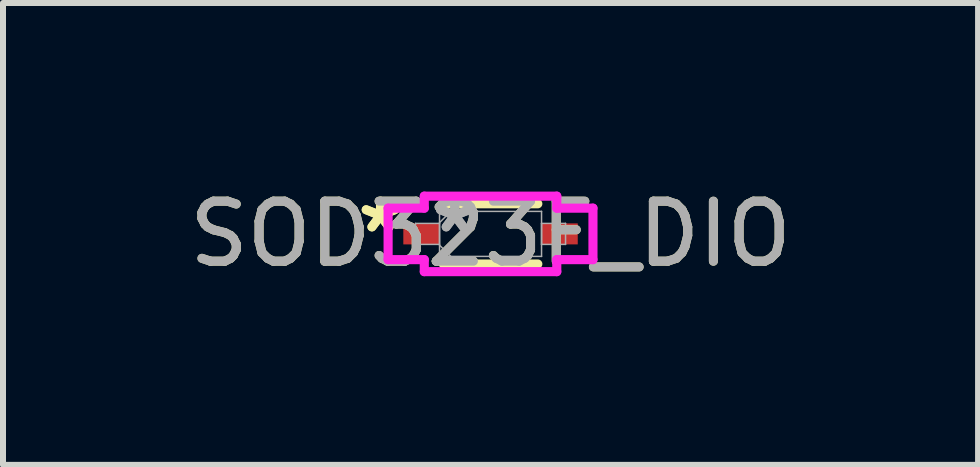
<source format=kicad_pcb>
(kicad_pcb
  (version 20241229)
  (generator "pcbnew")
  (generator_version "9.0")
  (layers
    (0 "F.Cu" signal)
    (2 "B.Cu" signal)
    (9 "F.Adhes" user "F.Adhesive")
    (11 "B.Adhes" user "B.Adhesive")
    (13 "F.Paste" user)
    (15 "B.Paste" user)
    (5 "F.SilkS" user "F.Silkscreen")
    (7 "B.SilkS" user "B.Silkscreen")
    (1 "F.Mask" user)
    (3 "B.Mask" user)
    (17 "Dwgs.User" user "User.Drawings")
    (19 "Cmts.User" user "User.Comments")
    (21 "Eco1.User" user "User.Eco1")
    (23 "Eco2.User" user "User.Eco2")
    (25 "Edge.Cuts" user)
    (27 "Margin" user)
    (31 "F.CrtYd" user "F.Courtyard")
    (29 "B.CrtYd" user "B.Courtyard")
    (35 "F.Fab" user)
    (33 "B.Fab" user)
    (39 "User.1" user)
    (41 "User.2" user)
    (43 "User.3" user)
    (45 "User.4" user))
  (footprint "SOD323F_DIO"
    (layer "F.Cu")
    (at 5.125 0.848)
    (property "Reference" "SOD323F_DIO" (at 0 0 0) (unlocked yes) (layer "F.SilkS") (effects (font (size 1 1) (thickness 0.15))))
    (attr smd)
    (fp_line (start -0.788 0.502) (end 0.788 0.502) (stroke (width 0.152) (type solid)) (layer "F.SilkS"))
    (fp_line (start 0.788 -0.502) (end -0.788 -0.502) (stroke (width 0.152) (type solid)) (layer "F.SilkS"))
    (fp_line (start -1.707 -0.429) (end -1.104 -0.429) (stroke (width 0.152) (type solid)) (layer "F.CrtYd"))
    (fp_line (start -1.707 0.429) (end -1.707 -0.429) (stroke (width 0.152) (type solid)) (layer "F.CrtYd"))
    (fp_line (start -1.104 -0.629) (end 1.104 -0.629) (stroke (width 0.152) (type solid)) (layer "F.CrtYd"))
    (fp_line (start -1.104 -0.429) (end -1.104 -0.629) (stroke (width 0.152) (type solid)) (layer "F.CrtYd"))
    (fp_line (start -1.104 0.429) (end -1.707 0.429) (stroke (width 0.152) (type solid)) (layer "F.CrtYd"))
    (fp_line (start -1.104 0.629) (end -1.104 0.429) (stroke (width 0.152) (type solid)) (layer "F.CrtYd"))
    (fp_line (start 1.104 -0.629) (end 1.104 -0.429) (stroke (width 0.152) (type solid)) (layer "F.CrtYd"))
    (fp_line (start 1.104 -0.429) (end 1.707 -0.429) (stroke (width 0.152) (type solid)) (layer "F.CrtYd"))
    (fp_line (start 1.104 0.429) (end 1.104 0.629) (stroke (width 0.152) (type solid)) (layer "F.CrtYd"))
    (fp_line (start 1.104 0.629) (end -1.104 0.629) (stroke (width 0.152) (type solid)) (layer "F.CrtYd"))
    (fp_line (start 1.707 -0.429) (end 1.707 0.429) (stroke (width 0.152) (type solid)) (layer "F.CrtYd"))
    (fp_line (start 1.707 0.429) (end 1.104 0.429) (stroke (width 0.152) (type solid)) (layer "F.CrtYd"))
    (fp_line (start -1.25 -0.175) (end -1.25 0.175) (stroke (width 0.025) (type solid)) (layer "F.Fab"))
    (fp_line (start -1.25 0.175) (end -0.85 0.175) (stroke (width 0.025) (type solid)) (layer "F.Fab"))
    (fp_line (start -0.85 -0.375) (end -0.85 0.375) (stroke (width 0.025) (type solid)) (layer "F.Fab"))
    (fp_line (start -0.85 -0.188) (end -0.662 -0.375) (stroke (width 0.025) (type solid)) (layer "F.Fab"))
    (fp_line (start -0.85 -0.175) (end -1.25 -0.175) (stroke (width 0.025) (type solid)) (layer "F.Fab"))
    (fp_line (start -0.85 0.175) (end -0.85 -0.175) (stroke (width 0.025) (type solid)) (layer "F.Fab"))
    (fp_line (start -0.85 0.188) (end -0.662 0.375) (stroke (width 0.025) (type solid)) (layer "F.Fab"))
    (fp_line (start -0.85 0.375) (end 0.85 0.375) (stroke (width 0.025) (type solid)) (layer "F.Fab"))
    (fp_line (start 0.85 -0.375) (end -0.85 -0.375) (stroke (width 0.025) (type solid)) (layer "F.Fab"))
    (fp_line (start 0.85 -0.175) (end 0.85 0.175) (stroke (width 0.025) (type solid)) (layer "F.Fab"))
    (fp_line (start 0.85 0.175) (end 1.25 0.175) (stroke (width 0.025) (type solid)) (layer "F.Fab"))
    (fp_line (start 0.85 0.375) (end 0.85 -0.375) (stroke (width 0.025) (type solid)) (layer "F.Fab"))
    (fp_line (start 1.25 -0.175) (end 0.85 -0.175) (stroke (width 0.025) (type solid)) (layer "F.Fab"))
    (fp_line (start 1.25 0.175) (end 1.25 -0.175) (stroke (width 0.025) (type solid)) (layer "F.Fab"))
    (fp_text user "*" (at -1.834 0 0) (unlocked yes) (layer "F.SilkS") (effects (font (size 1 1) (thickness 0.15))))
    (fp_text user "*" (at -1.834 0 0) (layer "F.SilkS") (effects (font (size 1 1) (thickness 0.15))))
    (fp_text user "*" (at -0.596 0 0) (unlocked yes) (layer "F.Fab") (effects (font (size 1 1) (thickness 0.15))))
    (fp_text user "*" (at -0.596 0 0) (layer "F.Fab") (effects (font (size 1 1) (thickness 0.15))))
    (fp_text user "${REFERENCE}" (at 0 0 0) (unlocked yes) (layer "F.Fab") (effects (font (size 1 1) (thickness 0.15))))
    (pad "1" smd rect (at -1.152 0) (size 0.603 0.35) (layers "F.Cu" "F.Mask" "F.Paste"))
    (pad "2" smd rect (at 1.152 0) (size 0.603 0.35) (layers "F.Cu" "F.Mask" "F.Paste"))
    (zone (net_name "") (layer "F.Cu") (hatch full 0.508) (connect_pads) (min_thickness 0.254) (filled_areas_thickness no) (keepout (tracks not_allowed) (vias not_allowed) (pads allowed) (copperpour not_allowed) (footprints allowed)) (placement (enabled no)) (fill) (polygon (pts (xy 4.326 0.524) (xy 5.924 0.524) (xy 5.924 1.172) (xy 4.326 1.172)))))
  (gr_rect
    (start -3 -3)
    (end 13.25 4.697)
    (stroke (width 0.1) (type default))
    (fill no)
    (layer "Edge.Cuts")))
</source>
